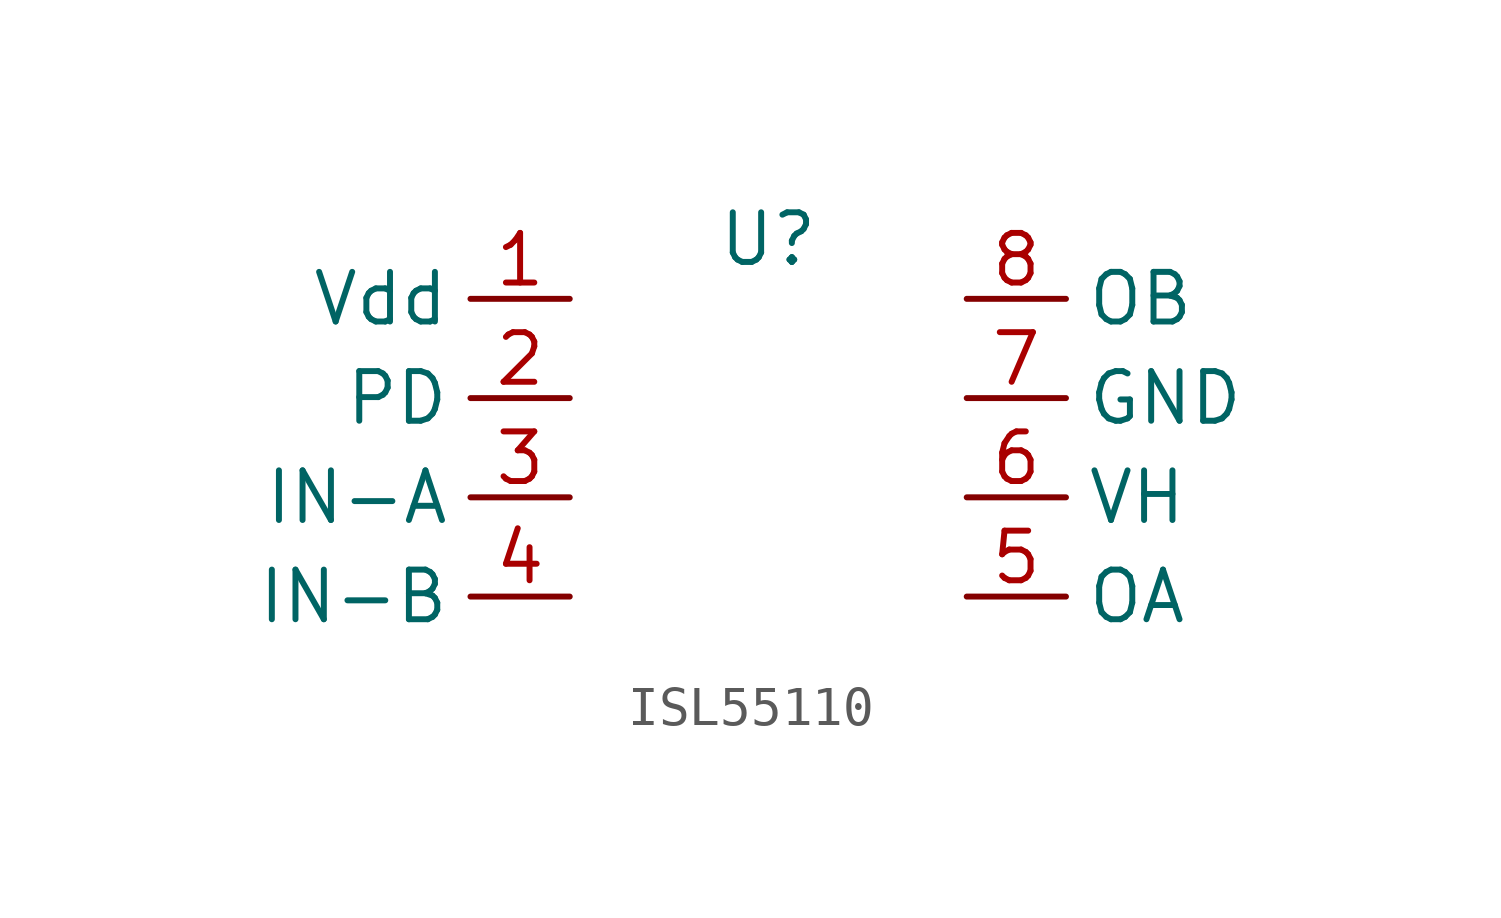
<source format=kicad_sym>
(kicad_symbol_lib
  (version 20231120)
  (generator "kicad_symbol_editor")
  (generator_version "8.0")
  (symbol "ISL55110"
    (property "Reference" "U"
      (at 0 1.524 0)
      (effects (font (size 1.27 1.27))))
    (property "Value" ""
      (at 1.27 0 0)
      (effects (font (size 1.27 1.27))))
    (symbol "ISL55110_1_1"
      (pin power_in line (at -5.08 0 180) (length 2.54) (name "Vdd" (effects (font (size 1.27 1.27)))) (number "1" (effects (font (size 1.27 1.27)))))
      (pin input line (at -5.08 -2.54 180) (length 2.54) (name "PD" (effects (font (size 1.27 1.27)))) (number "2" (effects (font (size 1.27 1.27)))))
      (pin input line (at -5.08 -5.08 180) (length 2.54) (name "IN-A" (effects (font (size 1.27 1.27)))) (number "3" (effects (font (size 1.27 1.27)))))
      (pin input line (at -5.08 -7.62 180) (length 2.54) (name "IN-B" (effects (font (size 1.27 1.27)))) (number "4" (effects (font (size 1.27 1.27)))))
      (pin output line (at 5.08 -7.62 0) (length 2.54) (name "OA" (effects (font (size 1.27 1.27)))) (number "5" (effects (font (size 1.27 1.27)))))
      (pin power_in line (at 5.08 -5.08 0) (length 2.54) (name "VH" (effects (font (size 1.27 1.27)))) (number "6" (effects (font (size 1.27 1.27)))))
      (pin power_in line (at 5.08 -2.54 0) (length 2.54) (name "GND" (effects (font (size 1.27 1.27)))) (number "7" (effects (font (size 1.27 1.27)))))
      (pin output line (at 5.08 0 0) (length 2.54) (name "OB" (effects (font (size 1.27 1.27)))) (number "8" (effects (font (size 1.27 1.27))))))))
</source>
